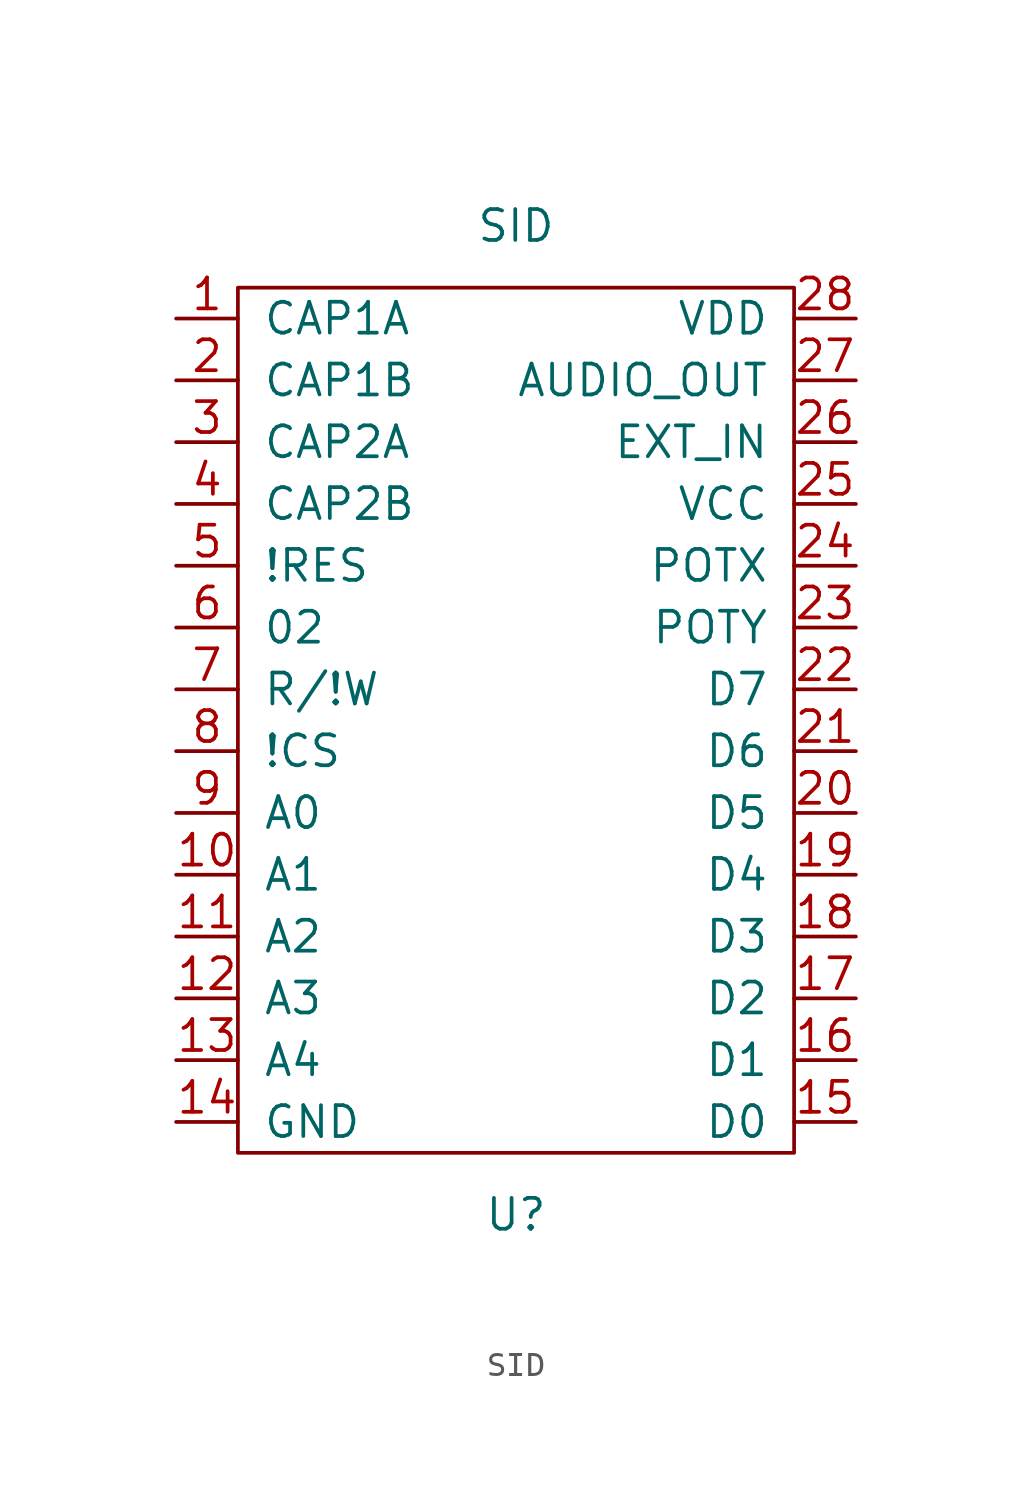
<source format=kicad_sym>
(kicad_symbol_lib
  (version 20211014)
  (generator kicad_symbol_editor)
  (symbol "SID"
    (pin_names
      (offset 1.016))
    (property "Reference" "U"
      (at 0 -16.51 0)
      (effects (font (size 1.27 1.27))))
    (property "Value" "SID"
      (at 0 24.13 0)
      (effects (font (size 1.27 1.27))))
    (symbol "SID_0_0"
      (pin passive line (at -13.97 20.32 0) (length 2.54) (name "CAP1A" (effects (font (size 1.27 1.27)))) (number "1" (effects (font (size 1.27 1.27)))))
      (pin passive line (at -13.97 -2.54 0) (length 2.54) (name "A1" (effects (font (size 1.27 1.27)))) (number "10" (effects (font (size 1.27 1.27)))))
      (pin passive line (at -13.97 -5.08 0) (length 2.54) (name "A2" (effects (font (size 1.27 1.27)))) (number "11" (effects (font (size 1.27 1.27)))))
      (pin passive line (at -13.97 -7.62 0) (length 2.54) (name "A3" (effects (font (size 1.27 1.27)))) (number "12" (effects (font (size 1.27 1.27)))))
      (pin passive line (at -13.97 -10.16 0) (length 2.54) (name "A4" (effects (font (size 1.27 1.27)))) (number "13" (effects (font (size 1.27 1.27)))))
      (pin power_in line (at -13.97 -12.7 0) (length 2.54) (name "GND" (effects (font (size 1.27 1.27)))) (number "14" (effects (font (size 1.27 1.27)))))
      (pin passive line (at 13.97 -12.7 180) (length 2.54) (name "D0" (effects (font (size 1.27 1.27)))) (number "15" (effects (font (size 1.27 1.27)))))
      (pin passive line (at 13.97 -10.16 180) (length 2.54) (name "D1" (effects (font (size 1.27 1.27)))) (number "16" (effects (font (size 1.27 1.27)))))
      (pin passive line (at 13.97 -7.62 180) (length 2.54) (name "D2" (effects (font (size 1.27 1.27)))) (number "17" (effects (font (size 1.27 1.27)))))
      (pin passive line (at 13.97 -5.08 180) (length 2.54) (name "D3" (effects (font (size 1.27 1.27)))) (number "18" (effects (font (size 1.27 1.27)))))
      (pin passive line (at 13.97 -2.54 180) (length 2.54) (name "D4" (effects (font (size 1.27 1.27)))) (number "19" (effects (font (size 1.27 1.27)))))
      (pin passive line (at -13.97 17.78 0) (length 2.54) (name "CAP1B" (effects (font (size 1.27 1.27)))) (number "2" (effects (font (size 1.27 1.27)))))
      (pin passive line (at 13.97 0 180) (length 2.54) (name "D5" (effects (font (size 1.27 1.27)))) (number "20" (effects (font (size 1.27 1.27)))))
      (pin passive line (at 13.97 2.54 180) (length 2.54) (name "D6" (effects (font (size 1.27 1.27)))) (number "21" (effects (font (size 1.27 1.27)))))
      (pin passive line (at 13.97 5.08 180) (length 2.54) (name "D7" (effects (font (size 1.27 1.27)))) (number "22" (effects (font (size 1.27 1.27)))))
      (pin passive line (at 13.97 7.62 180) (length 2.54) (name "POTY" (effects (font (size 1.27 1.27)))) (number "23" (effects (font (size 1.27 1.27)))))
      (pin passive line (at 13.97 10.16 180) (length 2.54) (name "POTX" (effects (font (size 1.27 1.27)))) (number "24" (effects (font (size 1.27 1.27)))))
      (pin power_in line (at 13.97 12.7 180) (length 2.54) (name "VCC" (effects (font (size 1.27 1.27)))) (number "25" (effects (font (size 1.27 1.27)))))
      (pin passive line (at 13.97 15.24 180) (length 2.54) (name "EXT_IN" (effects (font (size 1.27 1.27)))) (number "26" (effects (font (size 1.27 1.27)))))
      (pin passive line (at 13.97 17.78 180) (length 2.54) (name "AUDIO_OUT" (effects (font (size 1.27 1.27)))) (number "27" (effects (font (size 1.27 1.27)))))
      (pin power_in line (at 13.97 20.32 180) (length 2.54) (name "VDD" (effects (font (size 1.27 1.27)))) (number "28" (effects (font (size 1.27 1.27)))))
      (pin passive line (at -13.97 15.24 0) (length 2.54) (name "CAP2A" (effects (font (size 1.27 1.27)))) (number "3" (effects (font (size 1.27 1.27)))))
      (pin passive line (at -13.97 12.7 0) (length 2.54) (name "CAP2B" (effects (font (size 1.27 1.27)))) (number "4" (effects (font (size 1.27 1.27)))))
      (pin passive line (at -13.97 10.16 0) (length 2.54) (name "!RES" (effects (font (size 1.27 1.27)))) (number "5" (effects (font (size 1.27 1.27)))))
      (pin passive line (at -13.97 7.62 0) (length 2.54) (name "02" (effects (font (size 1.27 1.27)))) (number "6" (effects (font (size 1.27 1.27)))))
      (pin passive line (at -13.97 5.08 0) (length 2.54) (name "R/!W" (effects (font (size 1.27 1.27)))) (number "7" (effects (font (size 1.27 1.27)))))
      (pin passive line (at -13.97 2.54 0) (length 2.54) (name "!CS" (effects (font (size 1.27 1.27)))) (number "8" (effects (font (size 1.27 1.27)))))
      (pin passive line (at -13.97 0 0) (length 2.54) (name "A0" (effects (font (size 1.27 1.27)))) (number "9" (effects (font (size 1.27 1.27))))))
    (symbol "SID_0_1"
      (rectangle (start -11.43 21.59) (end 11.43 -13.97) (stroke (width 0) (type default) (color 0 0 0 0)) (fill (type none))))))
</source>
